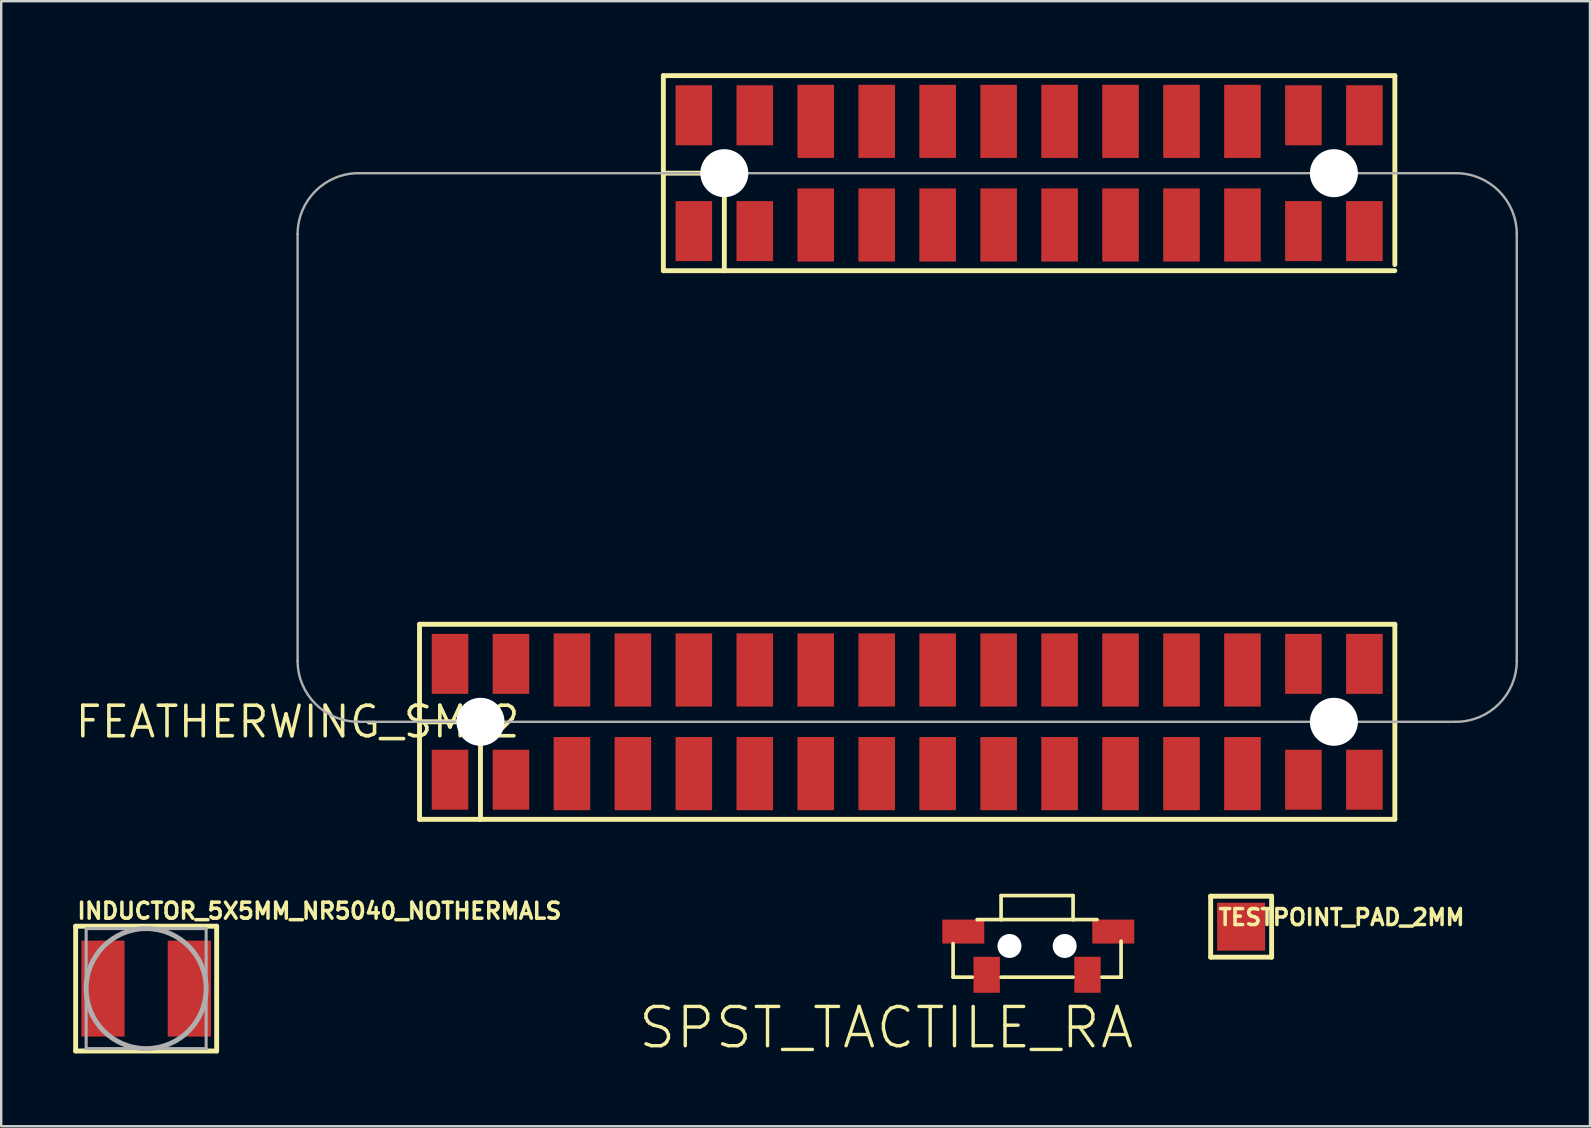
<source format=kicad_pcb>
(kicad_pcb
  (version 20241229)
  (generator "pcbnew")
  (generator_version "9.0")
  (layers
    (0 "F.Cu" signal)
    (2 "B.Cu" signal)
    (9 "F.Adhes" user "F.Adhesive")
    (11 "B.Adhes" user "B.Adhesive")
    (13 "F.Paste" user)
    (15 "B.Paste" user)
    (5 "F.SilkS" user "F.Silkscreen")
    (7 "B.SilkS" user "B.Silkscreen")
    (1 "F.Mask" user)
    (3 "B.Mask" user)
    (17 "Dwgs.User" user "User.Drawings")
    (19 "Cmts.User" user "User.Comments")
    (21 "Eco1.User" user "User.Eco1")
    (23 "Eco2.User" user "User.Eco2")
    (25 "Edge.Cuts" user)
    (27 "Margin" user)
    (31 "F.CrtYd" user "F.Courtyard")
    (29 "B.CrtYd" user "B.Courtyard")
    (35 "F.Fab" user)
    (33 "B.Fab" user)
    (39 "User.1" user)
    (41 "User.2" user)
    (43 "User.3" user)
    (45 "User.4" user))
  (footprint "FEATHERWING_SMT2"
    (layer "F.Cu")
    (at 9.351 27.026)
    (property "Reference" "FEATHERWING_SMT2" (at 0 0 0) (layer "F.SilkS") (effects (font (size 1.27 1.27) (thickness 0.15))))
    (fp_line (start 5.08 -4.064) (end 45.72 -4.064) (stroke (width 0.203) (type solid)) (layer "F.SilkS"))
    (fp_line (start 5.08 0) (end 5.08 -4.064) (stroke (width 0.203) (type solid)) (layer "F.SilkS"))
    (fp_line (start 5.08 0) (end 7.62 0) (stroke (width 0.203) (type solid)) (layer "F.SilkS"))
    (fp_line (start 5.08 4.064) (end 5.08 0) (stroke (width 0.203) (type solid)) (layer "F.SilkS"))
    (fp_line (start 7.62 0) (end 7.62 4.064) (stroke (width 0.203) (type solid)) (layer "F.SilkS"))
    (fp_line (start 7.62 4.064) (end 5.08 4.064) (stroke (width 0.203) (type solid)) (layer "F.SilkS"))
    (fp_line (start 15.24 -26.924) (end 45.72 -26.924) (stroke (width 0.203) (type solid)) (layer "F.SilkS"))
    (fp_line (start 15.24 -22.86) (end 15.24 -26.924) (stroke (width 0.203) (type solid)) (layer "F.SilkS"))
    (fp_line (start 15.24 -22.86) (end 17.78 -22.86) (stroke (width 0.203) (type solid)) (layer "F.SilkS"))
    (fp_line (start 15.24 -18.796) (end 15.24 -22.86) (stroke (width 0.203) (type solid)) (layer "F.SilkS"))
    (fp_line (start 17.78 -22.86) (end 17.78 -18.796) (stroke (width 0.203) (type solid)) (layer "F.SilkS"))
    (fp_line (start 17.78 -18.796) (end 15.24 -18.796) (stroke (width 0.203) (type solid)) (layer "F.SilkS"))
    (fp_line (start 45.72 -22.86) (end 45.72 -26.924) (stroke (width 0.203) (type solid)) (layer "F.SilkS"))
    (fp_line (start 45.72 -19.05) (end 45.72 -22.86) (stroke (width 0.203) (type solid)) (layer "F.SilkS"))
    (fp_line (start 45.72 -18.796) (end 17.78 -18.796) (stroke (width 0.203) (type solid)) (layer "F.SilkS"))
    (fp_line (start 45.72 -4.064) (end 45.72 4.064) (stroke (width 0.203) (type solid)) (layer "F.SilkS"))
    (fp_line (start 45.72 4.064) (end 7.62 4.064) (stroke (width 0.203) (type solid)) (layer "F.SilkS"))
    (fp_line (start 0 -20.32) (end 0 -2.54) (stroke (width 0.1) (type solid)) (layer "F.Fab"))
    (fp_line (start 2.54 0) (end 48.26 0) (stroke (width 0.1) (type solid)) (layer "F.Fab"))
    (fp_line (start 45.72 -22.86) (end 2.54 -22.86) (stroke (width 0.1) (type solid)) (layer "F.Fab"))
    (fp_line (start 48.26 -22.86) (end 45.72 -22.86) (stroke (width 0.1) (type solid)) (layer "F.Fab"))
    (fp_line (start 50.8 -2.54) (end 50.8 -20.32) (stroke (width 0.1) (type solid)) (layer "F.Fab"))
    (fp_arc (start 0 -20.32) (mid 0.743949 -22.116051) (end 2.54 -22.86) (stroke (width 0.1) (type solid)) (layer "F.Fab"))
    (fp_arc (start 2.54 0) (mid 0.743949 -0.743949) (end 0 -2.54) (stroke (width 0.1) (type solid)) (layer "F.Fab"))
    (fp_arc (start 48.26 -22.86) (mid 50.056051 -22.116051) (end 50.8 -20.32) (stroke (width 0.1) (type solid)) (layer "F.Fab"))
    (fp_arc (start 50.8 -2.54) (mid 50.056051 -0.743949) (end 48.26 0) (stroke (width 0.1) (type solid)) (layer "F.Fab"))
    (pad "" np_thru_hole circle (at 7.62 0) (size 2 2) (drill 2) (layers "*.Cu" "*.Mask"))
    (pad "" np_thru_hole circle (at 17.78 -22.86) (size 2 2) (drill 2) (layers "*.Cu" "*.Mask"))
    (pad "" np_thru_hole circle (at 43.18 -22.86) (size 2 2) (drill 2) (layers "*.Cu" "*.Mask"))
    (pad "" np_thru_hole circle (at 43.18 0) (size 2 2) (drill 2) (layers "*.Cu" "*.Mask"))
    (pad "1" smd rect (at 6.35 -2.413 90) (size 2.5 1.524) (layers "F.Cu" "F.Mask" "F.Paste"))
    (pad "1'" smd rect (at 6.35 2.413 90) (size 2.5 1.524) (layers "F.Cu" "F.Mask" "F.Paste"))
    (pad "2" smd rect (at 8.89 -2.413 270) (size 2.5 1.524) (layers "F.Cu" "F.Mask" "F.Paste"))
    (pad "2'" smd rect (at 8.89 2.413 90) (size 2.5 1.524) (layers "F.Cu" "F.Mask" "F.Paste"))
    (pad "3" smd rect (at 11.43 -2.159 270) (size 3.048 1.524) (layers "F.Cu" "F.Mask" "F.Paste"))
    (pad "3'" smd rect (at 11.43 2.159 90) (size 3.048 1.524) (layers "F.Cu" "F.Mask" "F.Paste"))
    (pad "4" smd rect (at 13.97 -2.159 270) (size 3.048 1.524) (layers "F.Cu" "F.Mask" "F.Paste"))
    (pad "4'" smd rect (at 13.97 2.159 90) (size 3.048 1.524) (layers "F.Cu" "F.Mask" "F.Paste"))
    (pad "5" smd rect (at 16.51 -2.159 270) (size 3.048 1.524) (layers "F.Cu" "F.Mask" "F.Paste"))
    (pad "5'" smd rect (at 16.51 2.159 90) (size 3.048 1.524) (layers "F.Cu" "F.Mask" "F.Paste"))
    (pad "6" smd rect (at 19.05 -2.159 270) (size 3.048 1.524) (layers "F.Cu" "F.Mask" "F.Paste"))
    (pad "6'" smd rect (at 19.05 2.159 90) (size 3.048 1.524) (layers "F.Cu" "F.Mask" "F.Paste"))
    (pad "7" smd rect (at 21.59 -2.159 270) (size 3.048 1.524) (layers "F.Cu" "F.Mask" "F.Paste"))
    (pad "7'" smd rect (at 21.59 2.159 90) (size 3.048 1.524) (layers "F.Cu" "F.Mask" "F.Paste"))
    (pad "8" smd rect (at 24.13 -2.159 270) (size 3.048 1.524) (layers "F.Cu" "F.Mask" "F.Paste"))
    (pad "8'" smd rect (at 24.13 2.159 90) (size 3.048 1.524) (layers "F.Cu" "F.Mask" "F.Paste"))
    (pad "9" smd rect (at 26.67 -2.159 270) (size 3.048 1.524) (layers "F.Cu" "F.Mask" "F.Paste"))
    (pad "9'" smd rect (at 26.67 2.159 90) (size 3.048 1.524) (layers "F.Cu" "F.Mask" "F.Paste"))
    (pad "10" smd rect (at 29.21 -2.159 270) (size 3.048 1.524) (layers "F.Cu" "F.Mask" "F.Paste"))
    (pad "10'" smd rect (at 29.21 2.159 90) (size 3.048 1.524) (layers "F.Cu" "F.Mask" "F.Paste"))
    (pad "11" smd rect (at 31.75 -2.159 270) (size 3.048 1.524) (layers "F.Cu" "F.Mask" "F.Paste"))
    (pad "11'" smd rect (at 31.75 2.159 90) (size 3.048 1.524) (layers "F.Cu" "F.Mask" "F.Paste"))
    (pad "12" smd rect (at 34.29 -2.159 270) (size 3.048 1.524) (layers "F.Cu" "F.Mask" "F.Paste"))
    (pad "12'" smd rect (at 34.29 2.159 90) (size 3.048 1.524) (layers "F.Cu" "F.Mask" "F.Paste"))
    (pad "13" smd rect (at 36.83 -2.159 270) (size 3.048 1.524) (layers "F.Cu" "F.Mask" "F.Paste"))
    (pad "13'" smd rect (at 36.83 2.159 90) (size 3.048 1.524) (layers "F.Cu" "F.Mask" "F.Paste"))
    (pad "14" smd rect (at 39.37 -2.159 270) (size 3.048 1.524) (layers "F.Cu" "F.Mask" "F.Paste"))
    (pad "14'" smd rect (at 39.37 2.159 90) (size 3.048 1.524) (layers "F.Cu" "F.Mask" "F.Paste"))
    (pad "15" smd rect (at 41.91 -2.413 270) (size 2.5 1.524) (layers "F.Cu" "F.Mask" "F.Paste"))
    (pad "15'" smd rect (at 41.91 2.413 90) (size 2.5 1.524) (layers "F.Cu" "F.Mask" "F.Paste"))
    (pad "16" smd rect (at 44.45 -2.413 270) (size 2.5 1.524) (layers "F.Cu" "F.Mask" "F.Paste"))
    (pad "16'" smd rect (at 44.45 2.413 90) (size 2.5 1.524) (layers "F.Cu" "F.Mask" "F.Paste"))
    (pad "17" smd rect (at 44.45 -20.447 90) (size 2.5 1.524) (layers "F.Cu" "F.Mask" "F.Paste"))
    (pad "17'" smd rect (at 44.45 -25.273 270) (size 2.5 1.524) (layers "F.Cu" "F.Mask" "F.Paste"))
    (pad "18" smd rect (at 41.91 -20.447 90) (size 2.5 1.524) (layers "F.Cu" "F.Mask" "F.Paste"))
    (pad "18'" smd rect (at 41.91 -25.273 270) (size 2.5 1.524) (layers "F.Cu" "F.Mask" "F.Paste"))
    (pad "19" smd rect (at 39.37 -20.701 90) (size 3.048 1.524) (layers "F.Cu" "F.Mask" "F.Paste"))
    (pad "19'" smd rect (at 39.37 -25.019 270) (size 3.048 1.524) (layers "F.Cu" "F.Mask" "F.Paste"))
    (pad "20" smd rect (at 36.83 -20.701 90) (size 3.048 1.524) (layers "F.Cu" "F.Mask" "F.Paste"))
    (pad "20'" smd rect (at 36.83 -25.019 270) (size 3.048 1.524) (layers "F.Cu" "F.Mask" "F.Paste"))
    (pad "21" smd rect (at 34.29 -20.701 90) (size 3.048 1.524) (layers "F.Cu" "F.Mask" "F.Paste"))
    (pad "21'" smd rect (at 34.29 -25.019 270) (size 3.048 1.524) (layers "F.Cu" "F.Mask" "F.Paste"))
    (pad "22" smd rect (at 31.75 -20.701 90) (size 3.048 1.524) (layers "F.Cu" "F.Mask" "F.Paste"))
    (pad "22'" smd rect (at 31.75 -25.019 270) (size 3.048 1.524) (layers "F.Cu" "F.Mask" "F.Paste"))
    (pad "23" smd rect (at 29.21 -20.701 90) (size 3.048 1.524) (layers "F.Cu" "F.Mask" "F.Paste"))
    (pad "23'" smd rect (at 29.21 -25.019 270) (size 3.048 1.524) (layers "F.Cu" "F.Mask" "F.Paste"))
    (pad "24" smd rect (at 26.67 -20.701 90) (size 3.048 1.524) (layers "F.Cu" "F.Mask" "F.Paste"))
    (pad "24'" smd rect (at 26.67 -25.019 270) (size 3.048 1.524) (layers "F.Cu" "F.Mask" "F.Paste"))
    (pad "25" smd rect (at 24.13 -20.701 90) (size 3.048 1.524) (layers "F.Cu" "F.Mask" "F.Paste"))
    (pad "25'" smd rect (at 24.13 -25.019 270) (size 3.048 1.524) (layers "F.Cu" "F.Mask" "F.Paste"))
    (pad "26" smd rect (at 21.59 -20.701 90) (size 3.048 1.524) (layers "F.Cu" "F.Mask" "F.Paste"))
    (pad "26'" smd rect (at 21.59 -25.019 270) (size 3.048 1.524) (layers "F.Cu" "F.Mask" "F.Paste"))
    (pad "27" smd rect (at 19.05 -20.447 90) (size 2.5 1.524) (layers "F.Cu" "F.Mask" "F.Paste"))
    (pad "27'" smd rect (at 19.05 -25.273 270) (size 2.5 1.524) (layers "F.Cu" "F.Mask" "F.Paste"))
    (pad "28" smd rect (at 16.51 -20.447 90) (size 2.5 1.524) (layers "F.Cu" "F.Mask" "F.Paste"))
    (pad "28'" smd rect (at 16.51 -25.273 90) (size 2.5 1.524) (layers "F.Cu" "F.Mask" "F.Paste")))
  (footprint "INDUCTOR_5X5MM_NR5040_NOTHERMALS"
    (layer "F.Cu")
    (at 3.04 38.143)
    (property "Reference" "INDUCTOR_5X5MM_NR5040_NOTHERMALS" (at -2.946 -2.846 0) (layer "F.SilkS") (effects (font (size 0.666 0.666) (thickness 0.146)) (justify left bottom)))
    (fp_line (start -2.938 -2.6) (end 2.938 -2.6) (stroke (width 0.203) (type solid)) (layer "F.SilkS"))
    (fp_line (start -2.938 2.6) (end -2.938 -2.6) (stroke (width 0.203) (type solid)) (layer "F.SilkS"))
    (fp_line (start 2.938 -2.6) (end 2.938 2.6) (stroke (width 0.203) (type solid)) (layer "F.SilkS"))
    (fp_line (start 2.938 2.6) (end -2.938 2.6) (stroke (width 0.203) (type solid)) (layer "F.SilkS"))
    (fp_line (start -2.5 -2.5) (end 2.5 -2.5) (stroke (width 0.127) (type solid)) (layer "F.Fab"))
    (fp_line (start -2.5 2.5) (end -2.5 -2.5) (stroke (width 0.127) (type solid)) (layer "F.Fab"))
    (fp_line (start 2.5 -2.5) (end 2.5 2.5) (stroke (width 0.127) (type solid)) (layer "F.Fab"))
    (fp_line (start 2.5 2.5) (end -2.5 2.5) (stroke (width 0.127) (type solid)) (layer "F.Fab"))
    (fp_circle (center 0 0) (end 2.5 0) (stroke (width 0.203) (type solid)) (fill no) (layer "F.Fab"))
    (pad "P$1" smd rect (at -1.8 0) (size 1.8 4) (layers "F.Cu" "F.Mask" "F.Paste"))
    (pad "P$2" smd rect (at 1.8 0) (size 1.8 4) (layers "F.Cu" "F.Mask" "F.Paste")))
  (footprint "TESTPOINT_PAD_2MM"
    (layer "F.Cu")
    (at 48.666 35.563)
    (property "Reference" "TESTPOINT_PAD_2MM" (at -1.016 0 0) (layer "F.SilkS") (effects (font (size 0.666 0.666) (thickness 0.146)) (justify left bottom)))
    (fp_line (start -1.27 -1.27) (end 1.27 -1.27) (stroke (width 0.203) (type solid)) (layer "F.SilkS"))
    (fp_line (start -1.27 1.27) (end -1.27 -1.27) (stroke (width 0.203) (type solid)) (layer "F.SilkS"))
    (fp_line (start 1.27 -1.27) (end 1.27 1.27) (stroke (width 0.203) (type solid)) (layer "F.SilkS"))
    (fp_line (start 1.27 1.27) (end -1.27 1.27) (stroke (width 0.203) (type solid)) (layer "F.SilkS"))
    (pad "P$1" smd rect (at 0 0) (size 2 2) (layers "F.Cu" "F.Mask")))
  (footprint "SPST_TACTILE_RA"
    (layer "F.Cu")
    (at 40.163 36.667)
    (property "Reference" "SPST_TACTILE_RA" (at 4.131 2.149 0) (layer "F.SilkS") (effects (font (size 1.636 1.636) (thickness 0.142)) (justify right top)))
    (fp_line (start -3.5 1) (end -3.5 -0.4) (stroke (width 0.152) (type solid)) (layer "F.SilkS"))
    (fp_line (start -2.7 1) (end -3.5 1) (stroke (width 0.152) (type solid)) (layer "F.SilkS"))
    (fp_line (start -1.5 -2.4) (end -1.5 -1.4) (stroke (width 0.152) (type solid)) (layer "F.SilkS"))
    (fp_line (start -1.5 -1.4) (end -2.5 -1.4) (stroke (width 0.152) (type solid)) (layer "F.SilkS"))
    (fp_line (start 1.5 -2.4) (end -1.5 -2.4) (stroke (width 0.152) (type solid)) (layer "F.SilkS"))
    (fp_line (start 1.5 -1.4) (end -1.5 -1.4) (stroke (width 0.152) (type solid)) (layer "F.SilkS"))
    (fp_line (start 1.5 -1.4) (end 1.5 -2.4) (stroke (width 0.152) (type solid)) (layer "F.SilkS"))
    (fp_line (start 1.5 1) (end -1.5 1) (stroke (width 0.152) (type solid)) (layer "F.SilkS"))
    (fp_line (start 2.5 -1.4) (end 1.5 -1.4) (stroke (width 0.152) (type solid)) (layer "F.SilkS"))
    (fp_line (start 3.5 -0.5) (end 3.5 1) (stroke (width 0.152) (type solid)) (layer "F.SilkS"))
    (fp_line (start 3.5 1) (end 2.7 1) (stroke (width 0.152) (type solid)) (layer "F.SilkS"))
    (pad "" np_thru_hole circle (at -1.15 -0.3) (size 1 1) (drill 1) (layers "*.Cu" "*.Mask"))
    (pad "" np_thru_hole circle (at 1.15 -0.3) (size 1 1) (drill 1) (layers "*.Cu" "*.Mask"))
    (pad "1" smd rect (at 2.1 0.9 270) (size 1.5 1.1) (layers "F.Cu" "F.Mask" "F.Paste"))
    (pad "2" smd rect (at -2.1 0.9 270) (size 1.5 1.1) (layers "F.Cu" "F.Mask" "F.Paste"))
    (pad "MT1" smd rect (at 3.175 -0.9) (size 1.75 1) (layers "F.Cu" "F.Mask" "F.Paste"))
    (pad "MT2" smd rect (at -3.075 -0.9) (size 1.75 1) (layers "F.Cu" "F.Mask" "F.Paste")))
  (gr_rect
    (start -3 -3)
    (end 63.201 43.879)
    (stroke (width 0.1) (type default))
    (fill no)
    (layer "Edge.Cuts")))
</source>
